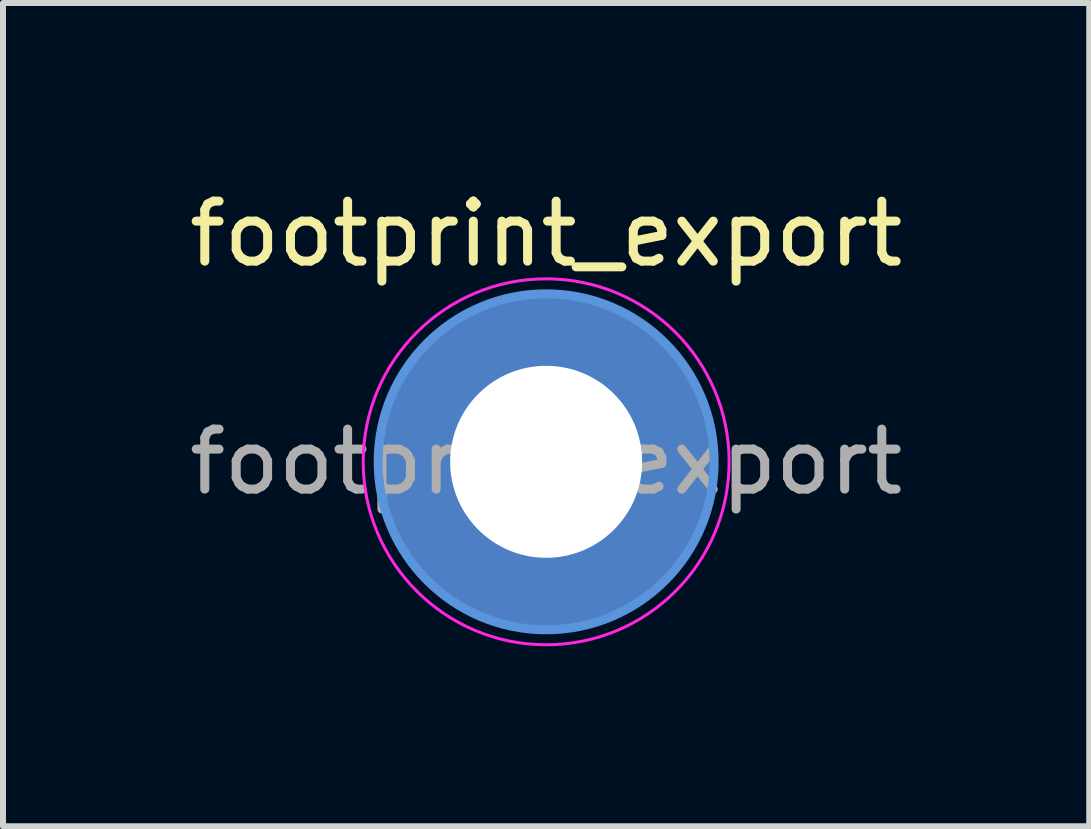
<source format=kicad_pcb>
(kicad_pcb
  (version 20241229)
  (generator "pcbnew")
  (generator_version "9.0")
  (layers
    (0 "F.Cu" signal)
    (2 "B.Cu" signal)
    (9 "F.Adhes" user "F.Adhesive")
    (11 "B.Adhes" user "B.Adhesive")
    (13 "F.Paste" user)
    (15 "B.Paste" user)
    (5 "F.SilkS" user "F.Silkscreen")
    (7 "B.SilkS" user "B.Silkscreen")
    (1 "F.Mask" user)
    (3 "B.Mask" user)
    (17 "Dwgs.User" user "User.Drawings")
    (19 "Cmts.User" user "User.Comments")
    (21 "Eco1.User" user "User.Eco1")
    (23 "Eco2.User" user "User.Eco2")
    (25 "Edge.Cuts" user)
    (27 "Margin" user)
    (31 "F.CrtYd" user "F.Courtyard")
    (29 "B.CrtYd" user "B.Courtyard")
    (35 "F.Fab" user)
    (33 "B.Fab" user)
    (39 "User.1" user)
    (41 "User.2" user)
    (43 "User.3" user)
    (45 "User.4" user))
  (footprint "footprint_export"
    (layer "F.Cu")
    (at 6.054 4.648)
    (property "Reference" "footprint_export" (at 0 -3.8 0) (layer "F.SilkS") (effects (font (size 1 1) (thickness 0.15))))
    (attr exclude_from_pos_files exclude_from_bom)
    (fp_circle (center 0 0) (end 2.8 0) (stroke (width 0.15) (type solid)) (fill no) (layer "Cmts.User"))
    (fp_circle (center 0 0) (end 3.05 0) (stroke (width 0.05) (type solid)) (fill no) (layer "F.CrtYd"))
    (fp_text user "${REFERENCE}" (at 0 0 0) (layer "F.Fab") (effects (font (size 1 1) (thickness 0.15))))
    (pad "1" thru_hole circle (at 0 0) (size 5.6 5.6) (drill 3.2) (layers "*.Cu" "*.Mask")))
  (gr_rect
    (start -3 -3)
    (end 15.107 10.723)
    (stroke (width 0.1) (type default))
    (fill no)
    (layer "Edge.Cuts")))
</source>
